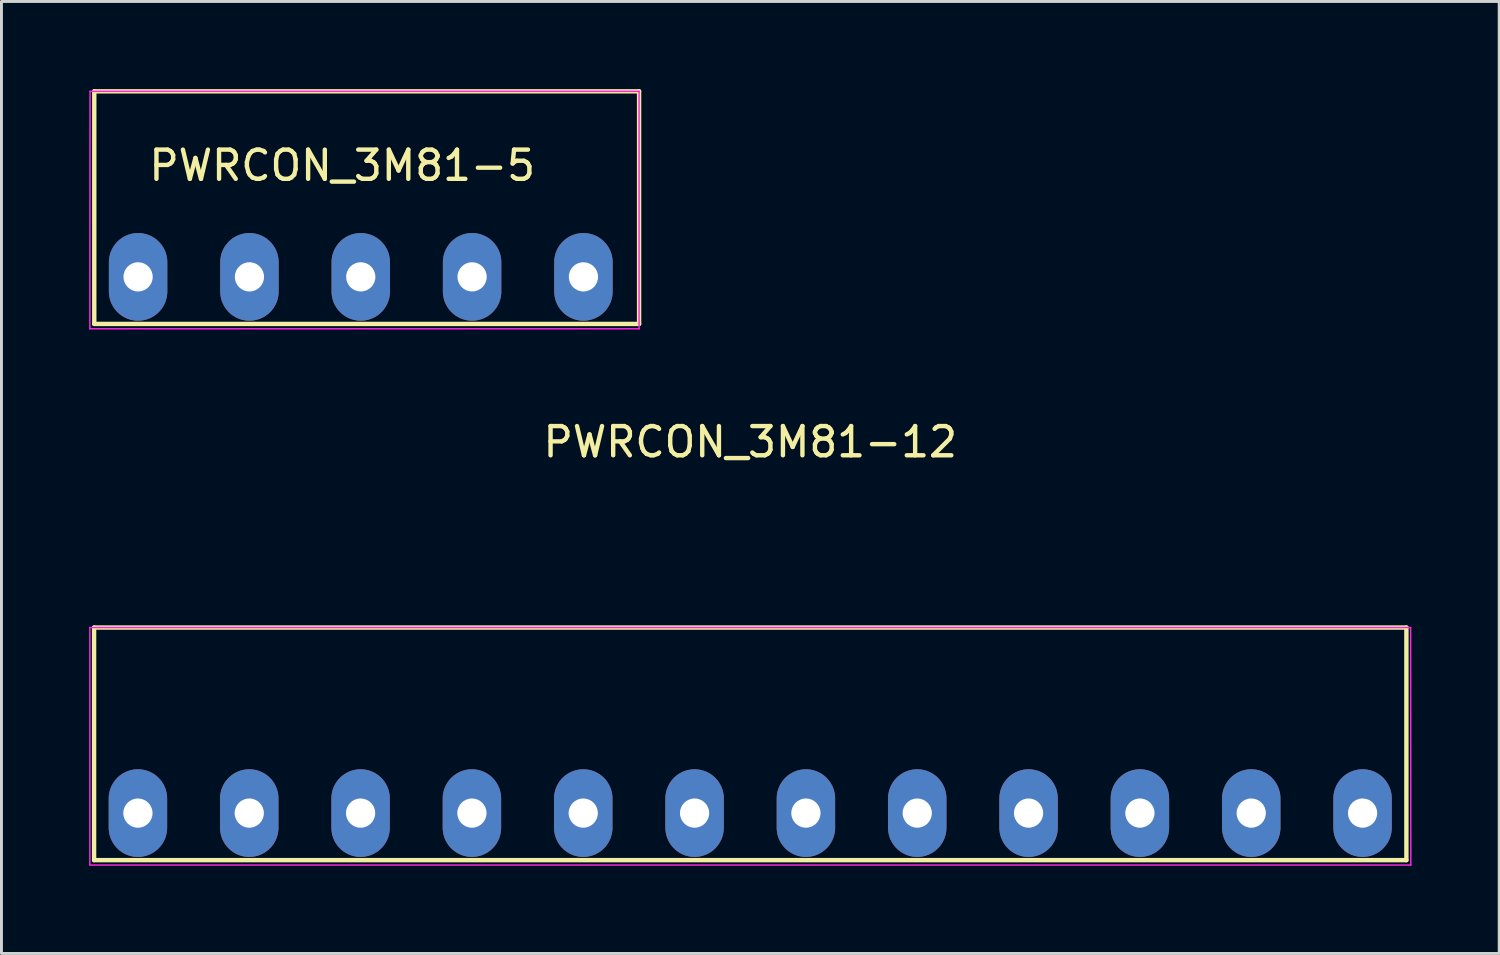
<source format=kicad_pcb>
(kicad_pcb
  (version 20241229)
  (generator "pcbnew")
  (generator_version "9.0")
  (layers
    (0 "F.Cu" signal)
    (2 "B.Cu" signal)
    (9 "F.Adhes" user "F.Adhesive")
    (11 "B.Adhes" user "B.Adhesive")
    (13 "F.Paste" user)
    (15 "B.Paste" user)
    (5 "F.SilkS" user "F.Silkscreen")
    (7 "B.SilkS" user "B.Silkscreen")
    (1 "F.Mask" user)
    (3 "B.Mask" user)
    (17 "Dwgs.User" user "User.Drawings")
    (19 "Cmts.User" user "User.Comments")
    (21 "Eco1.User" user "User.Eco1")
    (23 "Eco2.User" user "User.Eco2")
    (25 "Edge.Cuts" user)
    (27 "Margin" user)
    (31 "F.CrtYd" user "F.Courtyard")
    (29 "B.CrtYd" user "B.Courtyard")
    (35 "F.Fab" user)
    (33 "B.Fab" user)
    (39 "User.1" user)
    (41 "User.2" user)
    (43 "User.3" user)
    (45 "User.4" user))
  (footprint "PWRCON_3M81-12"
    (layer "F.Cu")
    (at 22.625 18.426)
    (property "Reference" "PWRCON_3M81-12" (at 0 -6.35 0) (layer "F.SilkS") (effects (font (size 1 1) (thickness 0.15))))
    (attr through_hole)
    (fp_line (start -22.455 0) (end -22.455 7.96) (stroke (width 0.15) (type solid)) (layer "F.SilkS"))
    (fp_line (start -22.455 7.96) (end 22.455 7.96) (stroke (width 0.15) (type solid)) (layer "F.SilkS"))
    (fp_line (start 22.455 0) (end -22.455 0) (stroke (width 0.15) (type solid)) (layer "F.SilkS"))
    (fp_line (start 22.455 7.96) (end 22.455 0) (stroke (width 0.15) (type solid)) (layer "F.SilkS"))
    (fp_line (start -22.6 0) (end -22.6 8.128) (stroke (width 0.05) (type solid)) (layer "F.CrtYd"))
    (fp_line (start -22.6 8.128) (end 22.606 8.128) (stroke (width 0.05) (type solid)) (layer "F.CrtYd"))
    (fp_line (start 22.6 0) (end -22.6 0) (stroke (width 0.05) (type solid)) (layer "F.CrtYd"))
    (fp_line (start 22.606 8.128) (end 22.6 0) (stroke (width 0.05) (type solid)) (layer "F.CrtYd"))
    (pad "1" thru_hole oval (at -20.955 6.35) (size 2 3) (drill 1) (layers "*.Cu" "*.Mask"))
    (pad "2" thru_hole oval (at -17.145 6.35) (size 2 3) (drill 1) (layers "*.Cu" "*.Mask"))
    (pad "3" thru_hole oval (at -13.335 6.35) (size 2 3) (drill 1) (layers "*.Cu" "*.Mask"))
    (pad "4" thru_hole oval (at -9.525 6.35) (size 2 3) (drill 1) (layers "*.Cu" "*.Mask"))
    (pad "5" thru_hole oval (at -5.715 6.35) (size 2 3) (drill 1) (layers "*.Cu" "*.Mask"))
    (pad "6" thru_hole oval (at -1.905 6.35) (size 2 3) (drill 1) (layers "*.Cu" "*.Mask"))
    (pad "7" thru_hole oval (at 1.905 6.35) (size 2 3) (drill 1) (layers "*.Cu" "*.Mask"))
    (pad "8" thru_hole oval (at 5.715 6.35) (size 2 3) (drill 1) (layers "*.Cu" "*.Mask"))
    (pad "9" thru_hole oval (at 9.525 6.35) (size 2 3) (drill 1) (layers "*.Cu" "*.Mask"))
    (pad "10" thru_hole oval (at 13.335 6.35) (size 2 3) (drill 1) (layers "*.Cu" "*.Mask"))
    (pad "11" thru_hole oval (at 17.145 6.35) (size 2 3) (drill 1) (layers "*.Cu" "*.Mask"))
    (pad "12" thru_hole oval (at 20.955 6.35) (size 2 3) (drill 1) (layers "*.Cu" "*.Mask")))
  (footprint "PWRCON_3M81-5"
    (layer "F.Cu")
    (at 8.661 6.425)
    (property "Reference" "PWRCON_3M81-5" (at 0 -3.81 0) (layer "F.SilkS") (effects (font (size 1 1) (thickness 0.15))))
    (attr through_hole)
    (fp_line (start -8.485 -6.35) (end -8.485 1.61) (stroke (width 0.15) (type solid)) (layer "F.SilkS"))
    (fp_line (start -8.485 1.61) (end 10.16 1.61) (stroke (width 0.15) (type solid)) (layer "F.SilkS"))
    (fp_line (start 10.16 -6.35) (end -8.485 -6.35) (stroke (width 0.15) (type solid)) (layer "F.SilkS"))
    (fp_line (start 10.16 1.61) (end 10.16 -6.35) (stroke (width 0.15) (type solid)) (layer "F.SilkS"))
    (fp_line (start -8.63 -6.35) (end -8.636 1.778) (stroke (width 0.05) (type solid)) (layer "F.CrtYd"))
    (fp_line (start -8.63 1.778) (end 10.16 1.778) (stroke (width 0.05) (type solid)) (layer "F.CrtYd"))
    (fp_line (start 10.16 -6.35) (end -8.63 -6.35) (stroke (width 0.05) (type solid)) (layer "F.CrtYd"))
    (fp_line (start 10.16 1.778) (end 10.16 -6.35) (stroke (width 0.05) (type solid)) (layer "F.CrtYd"))
    (pad "1" thru_hole oval (at -6.985 0) (size 2 3) (drill 1) (layers "*.Cu" "*.Mask"))
    (pad "2" thru_hole oval (at -3.175 0) (size 2 3) (drill 1) (layers "*.Cu" "*.Mask"))
    (pad "3" thru_hole oval (at 0.635 0) (size 2 3) (drill 1) (layers "*.Cu" "*.Mask"))
    (pad "4" thru_hole oval (at 4.445 0) (size 2 3) (drill 1) (layers "*.Cu" "*.Mask"))
    (pad "5" thru_hole oval (at 8.255 0) (size 2 3) (drill 1) (layers "*.Cu" "*.Mask")))
  (gr_rect
    (start -3 -3)
    (end 48.256 29.579)
    (stroke (width 0.1) (type default))
    (fill no)
    (layer "Edge.Cuts")))
</source>
